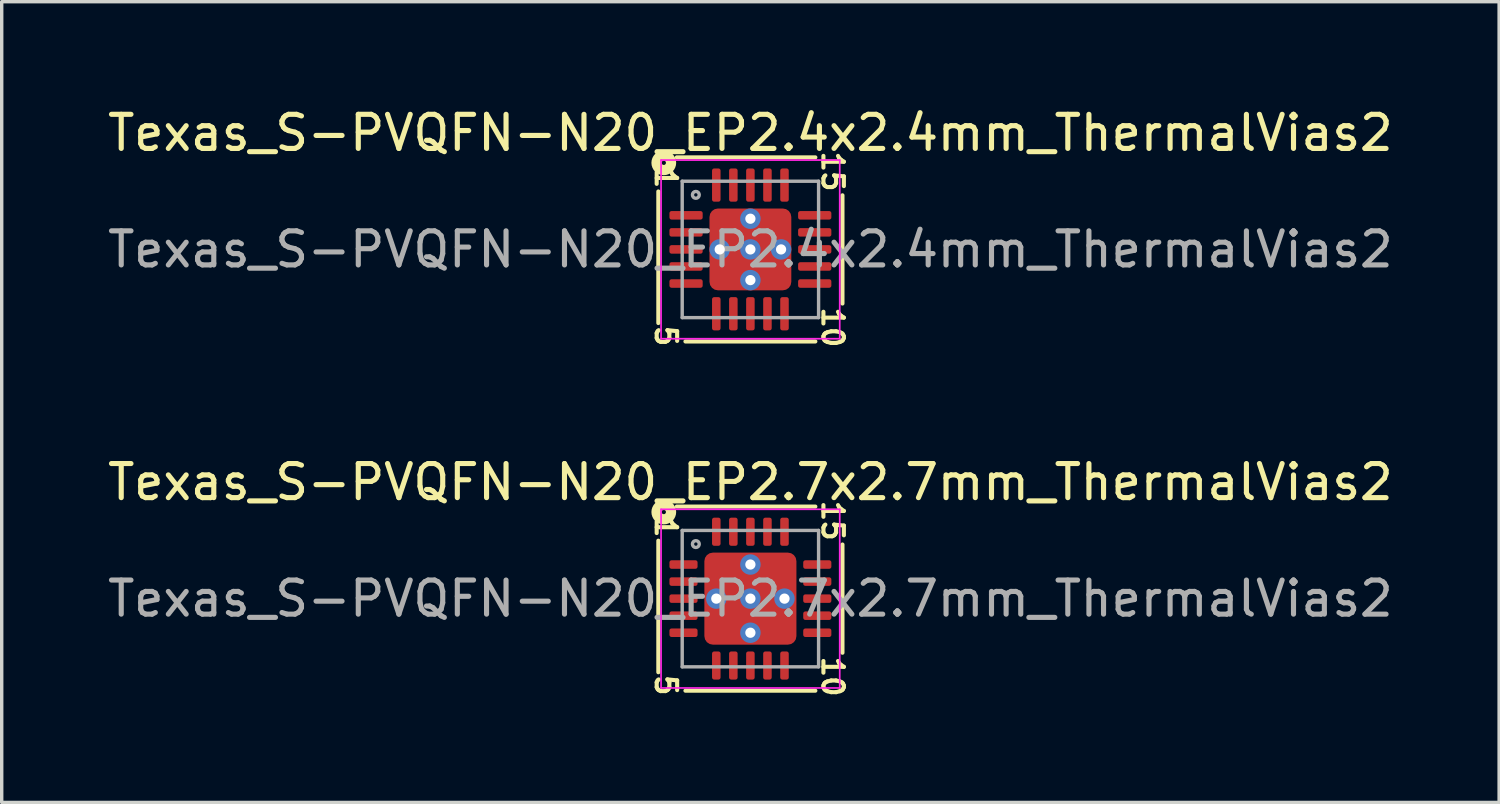
<source format=kicad_pcb>
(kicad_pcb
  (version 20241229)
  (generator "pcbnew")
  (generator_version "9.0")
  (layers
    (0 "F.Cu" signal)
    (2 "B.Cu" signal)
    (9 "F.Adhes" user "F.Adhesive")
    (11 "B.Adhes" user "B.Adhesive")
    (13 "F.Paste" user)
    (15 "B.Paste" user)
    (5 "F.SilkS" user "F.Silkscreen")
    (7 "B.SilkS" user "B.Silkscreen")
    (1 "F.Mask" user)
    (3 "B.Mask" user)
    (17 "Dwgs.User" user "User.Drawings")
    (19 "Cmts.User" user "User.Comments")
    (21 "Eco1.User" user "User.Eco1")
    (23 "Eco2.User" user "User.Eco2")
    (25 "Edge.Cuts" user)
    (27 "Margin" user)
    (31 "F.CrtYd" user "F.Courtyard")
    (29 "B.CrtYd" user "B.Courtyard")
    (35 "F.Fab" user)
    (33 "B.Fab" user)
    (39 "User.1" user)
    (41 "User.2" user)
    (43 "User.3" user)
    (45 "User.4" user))
  (footprint "Texas_S-PVQFN-N20_EP2.7x2.7mm_ThermalVias2"
    (layer "F.Cu")
    (at 18.958 14.507)
    (property "Reference" "Texas_S-PVQFN-N20_EP2.7x2.7mm_ThermalVias2" (at 0 -3.417 0) (layer "F.SilkS") (effects (font (size 1 1) (thickness 0.15))))
    (attr smd)
    (fp_line (start -2.7 -1.7) (end -2.7 2.159) (stroke (width 0.12) (type solid)) (layer "F.SilkS"))
    (fp_line (start -1.905 2.7) (end 1.905 2.7) (stroke (width 0.12) (type solid)) (layer "F.SilkS"))
    (fp_line (start 1.905 -2.7) (end -2.159 -2.7) (stroke (width 0.12) (type solid)) (layer "F.SilkS"))
    (fp_line (start 2.7 1.587) (end 2.7 -1.587) (stroke (width 0.12) (type solid)) (layer "F.SilkS"))
    (fp_circle (center -2.54 -2.54) (end -2.477 -2.54) (stroke (width 0.3) (type solid)) (fill no) (layer "F.SilkS"))
    (fp_line (start -2.62 -2.62) (end -2.62 2.62) (stroke (width 0.05) (type solid)) (layer "F.CrtYd"))
    (fp_line (start -2.62 2.62) (end 2.62 2.62) (stroke (width 0.05) (type solid)) (layer "F.CrtYd"))
    (fp_line (start 2.62 -2.62) (end -2.62 -2.62) (stroke (width 0.05) (type solid)) (layer "F.CrtYd"))
    (fp_line (start 2.62 2.62) (end 2.62 -2.62) (stroke (width 0.05) (type solid)) (layer "F.CrtYd"))
    (fp_line (start -2 -2) (end 2 -2) (stroke (width 0.1) (type solid)) (layer "F.Fab"))
    (fp_line (start -2 2) (end -2 -2) (stroke (width 0.1) (type solid)) (layer "F.Fab"))
    (fp_line (start 2 -2) (end 2 2) (stroke (width 0.1) (type solid)) (layer "F.Fab"))
    (fp_line (start 2 2) (end -2 2) (stroke (width 0.1) (type solid)) (layer "F.Fab"))
    (fp_circle (center -1.6 -1.6) (end -1.5 -1.6) (stroke (width 0.1) (type solid)) (fill no) (layer "F.Fab"))
    (fp_text user "10" (at 2.413 2.286 270) (unlocked yes) (layer "F.SilkS") (effects (font (size 0.6 0.6) (thickness 0.12))))
    (fp_text user "1" (at -2.477 -2.095 270) (unlocked yes) (layer "F.SilkS") (effects (font (size 0.6 0.6) (thickness 0.12))))
    (fp_text user "5" (at -2.477 2.54 270) (unlocked yes) (layer "F.SilkS") (effects (font (size 0.6 0.6) (thickness 0.12))))
    (fp_text user "15" (at 2.413 -2.286 270) (unlocked yes) (layer "F.SilkS") (effects (font (size 0.6 0.6) (thickness 0.12))))
    (fp_text user "${REFERENCE}" (at 0 0 0) (layer "F.Fab") (effects (font (size 1 1) (thickness 0.15))))
    (pad "" smd roundrect (at -0.775 -0.775) (size 0.65 0.65) (layers "F.Paste") (roundrect_rratio 0.221))
    (pad "" smd roundrect (at -0.775 -0.775 270) (size 0.95 0.95) (layers "F.Mask") (roundrect_rratio 0.25))
    (pad "" smd roundrect (at -0.775 0.775) (size 0.65 0.65) (layers "F.Paste") (roundrect_rratio 0.221))
    (pad "" smd roundrect (at -0.775 0.775 270) (size 0.95 0.95) (layers "F.Mask") (roundrect_rratio 0.25))
    (pad "" smd roundrect (at 0.775 -0.775) (size 0.65 0.65) (layers "F.Paste") (roundrect_rratio 0.221))
    (pad "" smd roundrect (at 0.775 -0.775 270) (size 0.95 0.95) (layers "F.Mask") (roundrect_rratio 0.25))
    (pad "" smd roundrect (at 0.775 0.775) (size 0.65 0.65) (layers "F.Paste") (roundrect_rratio 0.221))
    (pad "" smd roundrect (at 0.775 0.775 270) (size 0.95 0.95) (layers "F.Mask") (roundrect_rratio 0.25))
    (pad "1" smd roundrect (at -1.962 -1) (size 0.825 0.25) (layers "F.Cu" "F.Mask" "F.Paste") (roundrect_rratio 0.25))
    (pad "2" smd roundrect (at -1.962 -0.5) (size 0.825 0.25) (layers "F.Cu" "F.Mask" "F.Paste") (roundrect_rratio 0.25))
    (pad "3" smd roundrect (at -1.962 0) (size 0.825 0.25) (layers "F.Cu" "F.Mask" "F.Paste") (roundrect_rratio 0.25))
    (pad "4" smd roundrect (at -1.962 0.5) (size 0.825 0.25) (layers "F.Cu" "F.Mask" "F.Paste") (roundrect_rratio 0.25))
    (pad "5" smd roundrect (at -1.962 1) (size 0.825 0.25) (layers "F.Cu" "F.Mask" "F.Paste") (roundrect_rratio 0.25))
    (pad "6" smd roundrect (at -1 1.962) (size 0.25 0.825) (layers "F.Cu" "F.Mask" "F.Paste") (roundrect_rratio 0.25))
    (pad "7" smd roundrect (at -0.5 1.962) (size 0.25 0.825) (layers "F.Cu" "F.Mask" "F.Paste") (roundrect_rratio 0.25))
    (pad "8" smd roundrect (at 0 1.962) (size 0.25 0.825) (layers "F.Cu" "F.Mask" "F.Paste") (roundrect_rratio 0.25))
    (pad "9" smd roundrect (at 0.5 1.962) (size 0.25 0.825) (layers "F.Cu" "F.Mask" "F.Paste") (roundrect_rratio 0.25))
    (pad "10" smd roundrect (at 1 1.962) (size 0.25 0.825) (layers "F.Cu" "F.Mask" "F.Paste") (roundrect_rratio 0.25))
    (pad "11" smd roundrect (at 1.962 1) (size 0.825 0.25) (layers "F.Cu" "F.Mask" "F.Paste") (roundrect_rratio 0.25))
    (pad "12" smd roundrect (at 1.962 0.5) (size 0.825 0.25) (layers "F.Cu" "F.Mask" "F.Paste") (roundrect_rratio 0.25))
    (pad "13" smd roundrect (at 1.962 0) (size 0.825 0.25) (layers "F.Cu" "F.Mask" "F.Paste") (roundrect_rratio 0.25))
    (pad "14" smd roundrect (at 1.962 -0.5) (size 0.825 0.25) (layers "F.Cu" "F.Mask" "F.Paste") (roundrect_rratio 0.25))
    (pad "15" smd roundrect (at 1.962 -1) (size 0.825 0.25) (layers "F.Cu" "F.Mask" "F.Paste") (roundrect_rratio 0.25))
    (pad "16" smd roundrect (at 1 -1.962) (size 0.25 0.825) (layers "F.Cu" "F.Mask" "F.Paste") (roundrect_rratio 0.25))
    (pad "17" smd roundrect (at 0.5 -1.962) (size 0.25 0.825) (layers "F.Cu" "F.Mask" "F.Paste") (roundrect_rratio 0.25))
    (pad "18" smd roundrect (at 0 -1.962) (size 0.25 0.825) (layers "F.Cu" "F.Mask" "F.Paste") (roundrect_rratio 0.25))
    (pad "19" smd roundrect (at -0.5 -1.962) (size 0.25 0.825) (layers "F.Cu" "F.Mask" "F.Paste") (roundrect_rratio 0.25))
    (pad "20" smd roundrect (at -1 -1.962) (size 0.25 0.825) (layers "F.Cu" "F.Mask" "F.Paste") (roundrect_rratio 0.25))
    (pad "21" thru_hole circle (at -1 0 180) (size 0.6 0.6) (drill 0.3) (property pad_prop_heatsink) (layers "*.Cu" "*.Mask"))
    (pad "21" thru_hole circle (at 0 -1 180) (size 0.6 0.6) (drill 0.3) (property pad_prop_heatsink) (layers "*.Cu" "*.Mask"))
    (pad "21" thru_hole circle (at 0 0 180) (size 0.6 0.6) (drill 0.3) (property pad_prop_heatsink) (layers "*.Cu" "*.Mask"))
    (pad "21" smd roundrect (at 0 0) (size 2.7 2.7) (layers "F.Cu") (roundrect_rratio 0.093))
    (pad "21" thru_hole circle (at 0 1 180) (size 0.6 0.6) (drill 0.3) (property pad_prop_heatsink) (layers "*.Cu" "*.Mask"))
    (pad "21" thru_hole circle (at 1 0 180) (size 0.6 0.6) (drill 0.3) (property pad_prop_heatsink) (layers "*.Cu" "*.Mask")))
  (footprint "Texas_S-PVQFN-N20_EP2.4x2.4mm_ThermalVias2"
    (layer "F.Cu")
    (at 18.958 4.265)
    (property "Reference" "Texas_S-PVQFN-N20_EP2.4x2.4mm_ThermalVias2" (at 0 -3.417 0) (layer "F.SilkS") (effects (font (size 1 1) (thickness 0.15))))
    (attr smd)
    (fp_line (start -2.7 -1.7) (end -2.7 2.159) (stroke (width 0.12) (type solid)) (layer "F.SilkS"))
    (fp_line (start -1.905 2.7) (end 1.905 2.7) (stroke (width 0.12) (type solid)) (layer "F.SilkS"))
    (fp_line (start 1.905 -2.7) (end -2.159 -2.7) (stroke (width 0.12) (type solid)) (layer "F.SilkS"))
    (fp_line (start 2.7 1.587) (end 2.7 -1.587) (stroke (width 0.12) (type solid)) (layer "F.SilkS"))
    (fp_circle (center -2.54 -2.54) (end -2.477 -2.54) (stroke (width 0.3) (type solid)) (fill no) (layer "F.SilkS"))
    (fp_line (start -2.62 -2.62) (end -2.62 2.62) (stroke (width 0.05) (type solid)) (layer "F.CrtYd"))
    (fp_line (start -2.62 2.62) (end 2.62 2.62) (stroke (width 0.05) (type solid)) (layer "F.CrtYd"))
    (fp_line (start 2.62 -2.62) (end -2.62 -2.62) (stroke (width 0.05) (type solid)) (layer "F.CrtYd"))
    (fp_line (start 2.62 2.62) (end 2.62 -2.62) (stroke (width 0.05) (type solid)) (layer "F.CrtYd"))
    (fp_line (start -2 -2) (end 2 -2) (stroke (width 0.1) (type solid)) (layer "F.Fab"))
    (fp_line (start -2 2) (end -2 -2) (stroke (width 0.1) (type solid)) (layer "F.Fab"))
    (fp_line (start 2 -2) (end 2 2) (stroke (width 0.1) (type solid)) (layer "F.Fab"))
    (fp_line (start 2 2) (end -2 2) (stroke (width 0.1) (type solid)) (layer "F.Fab"))
    (fp_circle (center -1.6 -1.6) (end -1.5 -1.6) (stroke (width 0.1) (type solid)) (fill no) (layer "F.Fab"))
    (fp_text user "1" (at -2.477 -2.095 270) (unlocked yes) (layer "F.SilkS") (effects (font (size 0.6 0.6) (thickness 0.12))))
    (fp_text user "5" (at -2.477 2.54 270) (unlocked yes) (layer "F.SilkS") (effects (font (size 0.6 0.6) (thickness 0.12))))
    (fp_text user "10" (at 2.413 2.286 270) (unlocked yes) (layer "F.SilkS") (effects (font (size 0.6 0.6) (thickness 0.12))))
    (fp_text user "15" (at 2.413 -2.286 270) (unlocked yes) (layer "F.SilkS") (effects (font (size 0.6 0.6) (thickness 0.12))))
    (fp_text user "${REFERENCE}" (at 0 0 0) (layer "F.Fab") (effects (font (size 1 1) (thickness 0.15))))
    (pad "" smd roundrect (at -0.7 -0.7) (size 0.6 0.6) (layers "F.Paste") (roundrect_rratio 0.25))
    (pad "" smd roundrect (at -0.7 -0.7 270) (size 0.8 0.8) (layers "F.Mask") (roundrect_rratio 0.25))
    (pad "" smd roundrect (at -0.7 0.7) (size 0.6 0.6) (layers "F.Paste") (roundrect_rratio 0.25))
    (pad "" smd roundrect (at -0.7 0.7 270) (size 0.8 0.8) (layers "F.Mask") (roundrect_rratio 0.25))
    (pad "" smd roundrect (at 0.7 -0.7) (size 0.6 0.6) (layers "F.Paste") (roundrect_rratio 0.25))
    (pad "" smd roundrect (at 0.7 -0.7 270) (size 0.8 0.8) (layers "F.Mask") (roundrect_rratio 0.25))
    (pad "" smd roundrect (at 0.7 0.7) (size 0.6 0.6) (layers "F.Paste") (roundrect_rratio 0.25))
    (pad "" smd roundrect (at 0.7 0.7 270) (size 0.8 0.8) (layers "F.Mask") (roundrect_rratio 0.25))
    (pad "1" smd roundrect (at -1.887 -1) (size 0.975 0.25) (layers "F.Cu" "F.Mask" "F.Paste") (roundrect_rratio 0.25))
    (pad "2" smd roundrect (at -1.887 -0.5) (size 0.975 0.25) (layers "F.Cu" "F.Mask" "F.Paste") (roundrect_rratio 0.25))
    (pad "3" smd roundrect (at -1.887 0) (size 0.975 0.25) (layers "F.Cu" "F.Mask" "F.Paste") (roundrect_rratio 0.25))
    (pad "4" smd roundrect (at -1.887 0.5) (size 0.975 0.25) (layers "F.Cu" "F.Mask" "F.Paste") (roundrect_rratio 0.25))
    (pad "5" smd roundrect (at -1.887 1) (size 0.975 0.25) (layers "F.Cu" "F.Mask" "F.Paste") (roundrect_rratio 0.25))
    (pad "6" smd roundrect (at -1 1.887) (size 0.25 0.975) (layers "F.Cu" "F.Mask" "F.Paste") (roundrect_rratio 0.25))
    (pad "7" smd roundrect (at -0.5 1.887) (size 0.25 0.975) (layers "F.Cu" "F.Mask" "F.Paste") (roundrect_rratio 0.25))
    (pad "8" smd roundrect (at 0 1.887) (size 0.25 0.975) (layers "F.Cu" "F.Mask" "F.Paste") (roundrect_rratio 0.25))
    (pad "9" smd roundrect (at 0.5 1.887) (size 0.25 0.975) (layers "F.Cu" "F.Mask" "F.Paste") (roundrect_rratio 0.25))
    (pad "10" smd roundrect (at 1 1.887) (size 0.25 0.975) (layers "F.Cu" "F.Mask" "F.Paste") (roundrect_rratio 0.25))
    (pad "11" smd roundrect (at 1.887 1) (size 0.975 0.25) (layers "F.Cu" "F.Mask" "F.Paste") (roundrect_rratio 0.25))
    (pad "12" smd roundrect (at 1.887 0.5) (size 0.975 0.25) (layers "F.Cu" "F.Mask" "F.Paste") (roundrect_rratio 0.25))
    (pad "13" smd roundrect (at 1.887 0) (size 0.975 0.25) (layers "F.Cu" "F.Mask" "F.Paste") (roundrect_rratio 0.25))
    (pad "14" smd roundrect (at 1.887 -0.5) (size 0.975 0.25) (layers "F.Cu" "F.Mask" "F.Paste") (roundrect_rratio 0.25))
    (pad "15" smd roundrect (at 1.887 -1) (size 0.975 0.25) (layers "F.Cu" "F.Mask" "F.Paste") (roundrect_rratio 0.25))
    (pad "16" smd roundrect (at 1 -1.887) (size 0.25 0.975) (layers "F.Cu" "F.Mask" "F.Paste") (roundrect_rratio 0.25))
    (pad "17" smd roundrect (at 0.5 -1.887) (size 0.25 0.975) (layers "F.Cu" "F.Mask" "F.Paste") (roundrect_rratio 0.25))
    (pad "18" smd roundrect (at 0 -1.887) (size 0.25 0.975) (layers "F.Cu" "F.Mask" "F.Paste") (roundrect_rratio 0.25))
    (pad "19" smd roundrect (at -0.5 -1.887) (size 0.25 0.975) (layers "F.Cu" "F.Mask" "F.Paste") (roundrect_rratio 0.25))
    (pad "20" smd roundrect (at -1 -1.887) (size 0.25 0.975) (layers "F.Cu" "F.Mask" "F.Paste") (roundrect_rratio 0.25))
    (pad "21" thru_hole circle (at -0.9 0 180) (size 0.6 0.6) (drill 0.3) (property pad_prop_heatsink) (layers "*.Cu" "*.Mask"))
    (pad "21" thru_hole circle (at 0 -0.9 180) (size 0.6 0.6) (drill 0.3) (property pad_prop_heatsink) (layers "*.Cu" "*.Mask"))
    (pad "21" thru_hole circle (at 0 0 180) (size 0.6 0.6) (drill 0.3) (property pad_prop_heatsink) (layers "*.Cu" "*.Mask"))
    (pad "21" smd roundrect (at 0 0) (size 2.4 2.4) (layers "F.Cu") (roundrect_rratio 0.104))
    (pad "21" thru_hole circle (at 0 0.9 180) (size 0.6 0.6) (drill 0.3) (property pad_prop_heatsink) (layers "*.Cu" "*.Mask"))
    (pad "21" thru_hole circle (at 0.9 0 180) (size 0.6 0.6) (drill 0.3) (property pad_prop_heatsink) (layers "*.Cu" "*.Mask")))
  (gr_rect
    (start -3 -3)
    (end 40.917 20.484)
    (stroke (width 0.1) (type default))
    (fill no)
    (layer "Edge.Cuts")))
</source>
